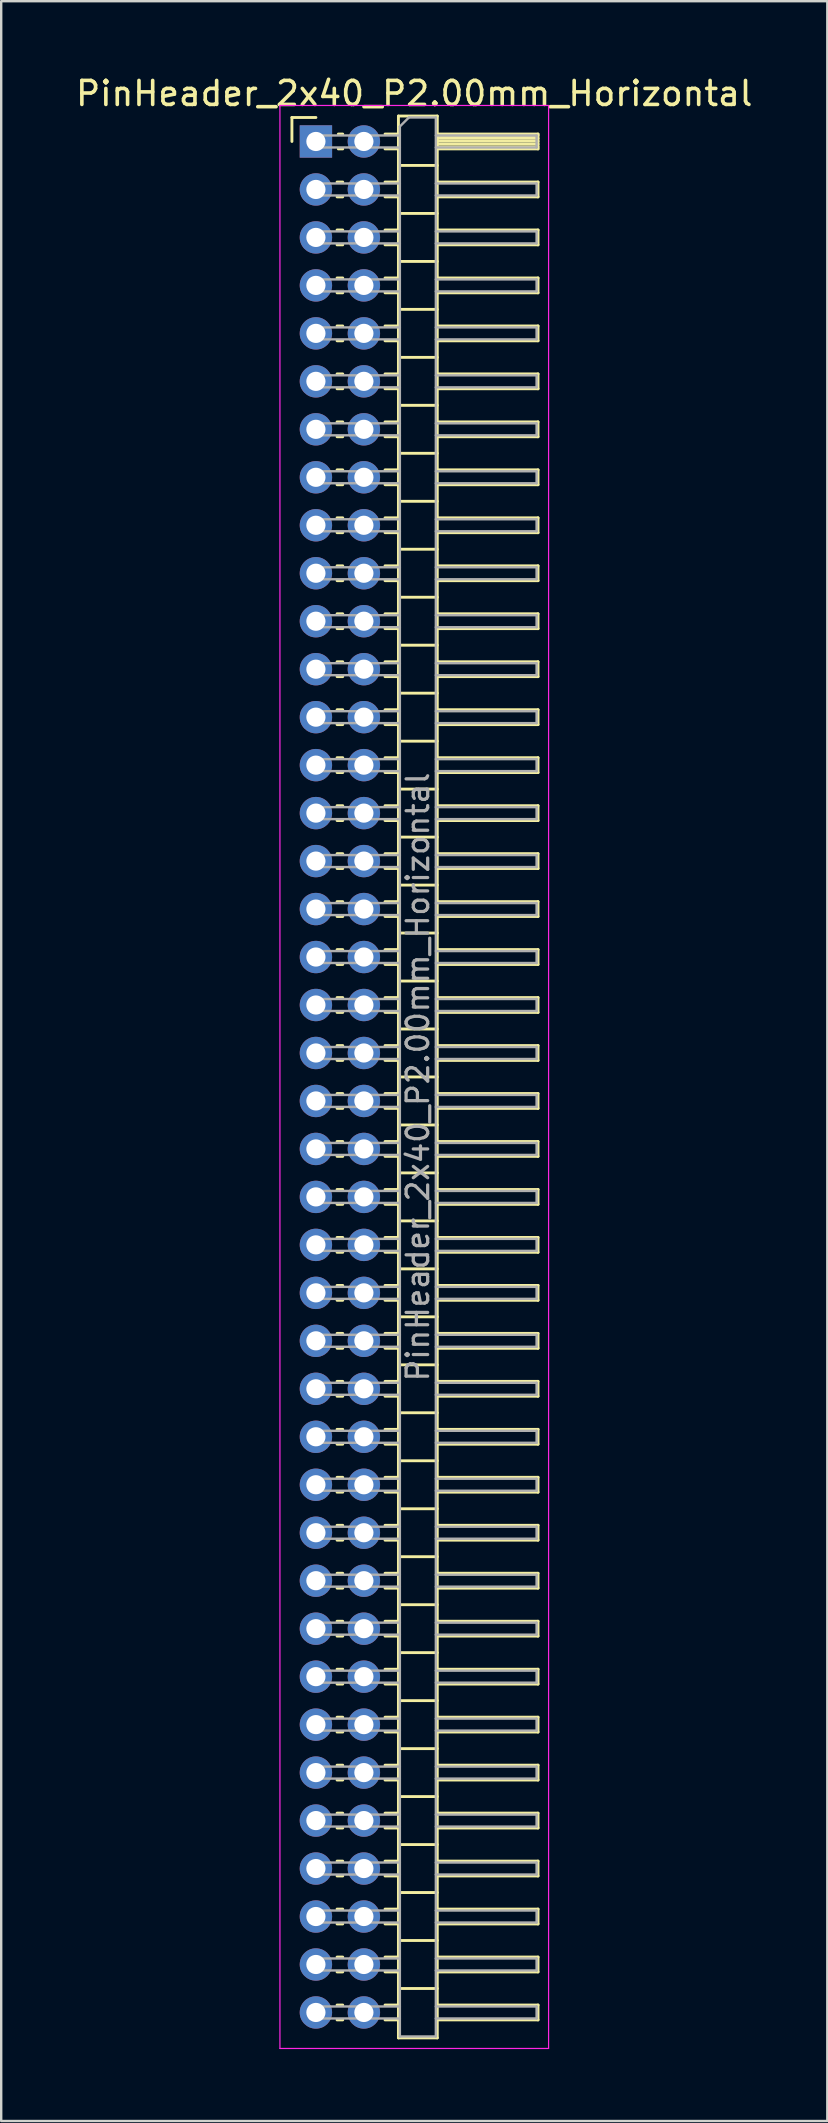
<source format=kicad_pcb>
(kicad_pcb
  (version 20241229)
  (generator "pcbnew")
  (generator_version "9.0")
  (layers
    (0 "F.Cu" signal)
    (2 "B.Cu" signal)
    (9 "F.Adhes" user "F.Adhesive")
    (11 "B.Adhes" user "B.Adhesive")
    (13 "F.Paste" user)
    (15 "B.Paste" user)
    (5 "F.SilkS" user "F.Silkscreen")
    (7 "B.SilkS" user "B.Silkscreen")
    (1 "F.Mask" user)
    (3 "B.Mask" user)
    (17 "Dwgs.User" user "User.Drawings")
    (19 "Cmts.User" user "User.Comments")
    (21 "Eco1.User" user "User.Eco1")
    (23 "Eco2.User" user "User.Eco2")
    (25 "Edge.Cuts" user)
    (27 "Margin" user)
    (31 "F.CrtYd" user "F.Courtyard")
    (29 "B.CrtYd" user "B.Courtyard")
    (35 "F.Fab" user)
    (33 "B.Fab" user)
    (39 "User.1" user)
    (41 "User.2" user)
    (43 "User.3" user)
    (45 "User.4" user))
  (footprint "PinHeader_2x40_P2.00mm_Horizontal"
    (layer "F.Cu")
    (at 10.12 2.848)
    (property "Reference" "PinHeader_2x40_P2.00mm_Horizontal" (at 4.1 -2 0) (layer "F.SilkS") (effects (font (size 1 1) (thickness 0.15))))
    (attr through_hole)
    (fp_line (start -1 -1) (end 0 -1) (stroke (width 0.12) (type solid)) (layer "F.SilkS"))
    (fp_line (start -1 0) (end -1 -1) (stroke (width 0.12) (type solid)) (layer "F.SilkS"))
    (fp_line (start 0.882 1.69) (end 1.118 1.69) (stroke (width 0.12) (type solid)) (layer "F.SilkS"))
    (fp_line (start 0.882 2.31) (end 1.118 2.31) (stroke (width 0.12) (type solid)) (layer "F.SilkS"))
    (fp_line (start 0.882 3.69) (end 1.118 3.69) (stroke (width 0.12) (type solid)) (layer "F.SilkS"))
    (fp_line (start 0.882 4.31) (end 1.118 4.31) (stroke (width 0.12) (type solid)) (layer "F.SilkS"))
    (fp_line (start 0.882 5.69) (end 1.118 5.69) (stroke (width 0.12) (type solid)) (layer "F.SilkS"))
    (fp_line (start 0.882 6.31) (end 1.118 6.31) (stroke (width 0.12) (type solid)) (layer "F.SilkS"))
    (fp_line (start 0.882 7.69) (end 1.118 7.69) (stroke (width 0.12) (type solid)) (layer "F.SilkS"))
    (fp_line (start 0.882 8.31) (end 1.118 8.31) (stroke (width 0.12) (type solid)) (layer "F.SilkS"))
    (fp_line (start 0.882 9.69) (end 1.118 9.69) (stroke (width 0.12) (type solid)) (layer "F.SilkS"))
    (fp_line (start 0.882 10.31) (end 1.118 10.31) (stroke (width 0.12) (type solid)) (layer "F.SilkS"))
    (fp_line (start 0.882 11.69) (end 1.118 11.69) (stroke (width 0.12) (type solid)) (layer "F.SilkS"))
    (fp_line (start 0.882 12.31) (end 1.118 12.31) (stroke (width 0.12) (type solid)) (layer "F.SilkS"))
    (fp_line (start 0.882 13.69) (end 1.118 13.69) (stroke (width 0.12) (type solid)) (layer "F.SilkS"))
    (fp_line (start 0.882 14.31) (end 1.118 14.31) (stroke (width 0.12) (type solid)) (layer "F.SilkS"))
    (fp_line (start 0.882 15.69) (end 1.118 15.69) (stroke (width 0.12) (type solid)) (layer "F.SilkS"))
    (fp_line (start 0.882 16.31) (end 1.118 16.31) (stroke (width 0.12) (type solid)) (layer "F.SilkS"))
    (fp_line (start 0.882 17.69) (end 1.118 17.69) (stroke (width 0.12) (type solid)) (layer "F.SilkS"))
    (fp_line (start 0.882 18.31) (end 1.118 18.31) (stroke (width 0.12) (type solid)) (layer "F.SilkS"))
    (fp_line (start 0.882 19.69) (end 1.118 19.69) (stroke (width 0.12) (type solid)) (layer "F.SilkS"))
    (fp_line (start 0.882 20.31) (end 1.118 20.31) (stroke (width 0.12) (type solid)) (layer "F.SilkS"))
    (fp_line (start 0.882 21.69) (end 1.118 21.69) (stroke (width 0.12) (type solid)) (layer "F.SilkS"))
    (fp_line (start 0.882 22.31) (end 1.118 22.31) (stroke (width 0.12) (type solid)) (layer "F.SilkS"))
    (fp_line (start 0.882 23.69) (end 1.118 23.69) (stroke (width 0.12) (type solid)) (layer "F.SilkS"))
    (fp_line (start 0.882 24.31) (end 1.118 24.31) (stroke (width 0.12) (type solid)) (layer "F.SilkS"))
    (fp_line (start 0.882 25.69) (end 1.118 25.69) (stroke (width 0.12) (type solid)) (layer "F.SilkS"))
    (fp_line (start 0.882 26.31) (end 1.118 26.31) (stroke (width 0.12) (type solid)) (layer "F.SilkS"))
    (fp_line (start 0.882 27.69) (end 1.118 27.69) (stroke (width 0.12) (type solid)) (layer "F.SilkS"))
    (fp_line (start 0.882 28.31) (end 1.118 28.31) (stroke (width 0.12) (type solid)) (layer "F.SilkS"))
    (fp_line (start 0.882 29.69) (end 1.118 29.69) (stroke (width 0.12) (type solid)) (layer "F.SilkS"))
    (fp_line (start 0.882 30.31) (end 1.118 30.31) (stroke (width 0.12) (type solid)) (layer "F.SilkS"))
    (fp_line (start 0.882 31.69) (end 1.118 31.69) (stroke (width 0.12) (type solid)) (layer "F.SilkS"))
    (fp_line (start 0.882 32.31) (end 1.118 32.31) (stroke (width 0.12) (type solid)) (layer "F.SilkS"))
    (fp_line (start 0.882 33.69) (end 1.118 33.69) (stroke (width 0.12) (type solid)) (layer "F.SilkS"))
    (fp_line (start 0.882 34.31) (end 1.118 34.31) (stroke (width 0.12) (type solid)) (layer "F.SilkS"))
    (fp_line (start 0.882 35.69) (end 1.118 35.69) (stroke (width 0.12) (type solid)) (layer "F.SilkS"))
    (fp_line (start 0.882 36.31) (end 1.118 36.31) (stroke (width 0.12) (type solid)) (layer "F.SilkS"))
    (fp_line (start 0.882 37.69) (end 1.118 37.69) (stroke (width 0.12) (type solid)) (layer "F.SilkS"))
    (fp_line (start 0.882 38.31) (end 1.118 38.31) (stroke (width 0.12) (type solid)) (layer "F.SilkS"))
    (fp_line (start 0.882 39.69) (end 1.118 39.69) (stroke (width 0.12) (type solid)) (layer "F.SilkS"))
    (fp_line (start 0.882 40.31) (end 1.118 40.31) (stroke (width 0.12) (type solid)) (layer "F.SilkS"))
    (fp_line (start 0.882 41.69) (end 1.118 41.69) (stroke (width 0.12) (type solid)) (layer "F.SilkS"))
    (fp_line (start 0.882 42.31) (end 1.118 42.31) (stroke (width 0.12) (type solid)) (layer "F.SilkS"))
    (fp_line (start 0.882 43.69) (end 1.118 43.69) (stroke (width 0.12) (type solid)) (layer "F.SilkS"))
    (fp_line (start 0.882 44.31) (end 1.118 44.31) (stroke (width 0.12) (type solid)) (layer "F.SilkS"))
    (fp_line (start 0.882 45.69) (end 1.118 45.69) (stroke (width 0.12) (type solid)) (layer "F.SilkS"))
    (fp_line (start 0.882 46.31) (end 1.118 46.31) (stroke (width 0.12) (type solid)) (layer "F.SilkS"))
    (fp_line (start 0.882 47.69) (end 1.118 47.69) (stroke (width 0.12) (type solid)) (layer "F.SilkS"))
    (fp_line (start 0.882 48.31) (end 1.118 48.31) (stroke (width 0.12) (type solid)) (layer "F.SilkS"))
    (fp_line (start 0.882 49.69) (end 1.118 49.69) (stroke (width 0.12) (type solid)) (layer "F.SilkS"))
    (fp_line (start 0.882 50.31) (end 1.118 50.31) (stroke (width 0.12) (type solid)) (layer "F.SilkS"))
    (fp_line (start 0.882 51.69) (end 1.118 51.69) (stroke (width 0.12) (type solid)) (layer "F.SilkS"))
    (fp_line (start 0.882 52.31) (end 1.118 52.31) (stroke (width 0.12) (type solid)) (layer "F.SilkS"))
    (fp_line (start 0.882 53.69) (end 1.118 53.69) (stroke (width 0.12) (type solid)) (layer "F.SilkS"))
    (fp_line (start 0.882 54.31) (end 1.118 54.31) (stroke (width 0.12) (type solid)) (layer "F.SilkS"))
    (fp_line (start 0.882 55.69) (end 1.118 55.69) (stroke (width 0.12) (type solid)) (layer "F.SilkS"))
    (fp_line (start 0.882 56.31) (end 1.118 56.31) (stroke (width 0.12) (type solid)) (layer "F.SilkS"))
    (fp_line (start 0.882 57.69) (end 1.118 57.69) (stroke (width 0.12) (type solid)) (layer "F.SilkS"))
    (fp_line (start 0.882 58.31) (end 1.118 58.31) (stroke (width 0.12) (type solid)) (layer "F.SilkS"))
    (fp_line (start 0.882 59.69) (end 1.118 59.69) (stroke (width 0.12) (type solid)) (layer "F.SilkS"))
    (fp_line (start 0.882 60.31) (end 1.118 60.31) (stroke (width 0.12) (type solid)) (layer "F.SilkS"))
    (fp_line (start 0.882 61.69) (end 1.118 61.69) (stroke (width 0.12) (type solid)) (layer "F.SilkS"))
    (fp_line (start 0.882 62.31) (end 1.118 62.31) (stroke (width 0.12) (type solid)) (layer "F.SilkS"))
    (fp_line (start 0.882 63.69) (end 1.118 63.69) (stroke (width 0.12) (type solid)) (layer "F.SilkS"))
    (fp_line (start 0.882 64.31) (end 1.118 64.31) (stroke (width 0.12) (type solid)) (layer "F.SilkS"))
    (fp_line (start 0.882 65.69) (end 1.118 65.69) (stroke (width 0.12) (type solid)) (layer "F.SilkS"))
    (fp_line (start 0.882 66.31) (end 1.118 66.31) (stroke (width 0.12) (type solid)) (layer "F.SilkS"))
    (fp_line (start 0.882 67.69) (end 1.118 67.69) (stroke (width 0.12) (type solid)) (layer "F.SilkS"))
    (fp_line (start 0.882 68.31) (end 1.118 68.31) (stroke (width 0.12) (type solid)) (layer "F.SilkS"))
    (fp_line (start 0.882 69.69) (end 1.118 69.69) (stroke (width 0.12) (type solid)) (layer "F.SilkS"))
    (fp_line (start 0.882 70.31) (end 1.118 70.31) (stroke (width 0.12) (type solid)) (layer "F.SilkS"))
    (fp_line (start 0.882 71.69) (end 1.118 71.69) (stroke (width 0.12) (type solid)) (layer "F.SilkS"))
    (fp_line (start 0.882 72.31) (end 1.118 72.31) (stroke (width 0.12) (type solid)) (layer "F.SilkS"))
    (fp_line (start 0.882 73.69) (end 1.118 73.69) (stroke (width 0.12) (type solid)) (layer "F.SilkS"))
    (fp_line (start 0.882 74.31) (end 1.118 74.31) (stroke (width 0.12) (type solid)) (layer "F.SilkS"))
    (fp_line (start 0.882 75.69) (end 1.118 75.69) (stroke (width 0.12) (type solid)) (layer "F.SilkS"))
    (fp_line (start 0.882 76.31) (end 1.118 76.31) (stroke (width 0.12) (type solid)) (layer "F.SilkS"))
    (fp_line (start 0.882 77.69) (end 1.118 77.69) (stroke (width 0.12) (type solid)) (layer "F.SilkS"))
    (fp_line (start 0.882 78.31) (end 1.118 78.31) (stroke (width 0.12) (type solid)) (layer "F.SilkS"))
    (fp_line (start 0.935 -0.31) (end 1.118 -0.31) (stroke (width 0.12) (type solid)) (layer "F.SilkS"))
    (fp_line (start 0.935 0.31) (end 1.118 0.31) (stroke (width 0.12) (type solid)) (layer "F.SilkS"))
    (fp_line (start 2.882 -0.31) (end 3.44 -0.31) (stroke (width 0.12) (type solid)) (layer "F.SilkS"))
    (fp_line (start 2.882 0.31) (end 3.44 0.31) (stroke (width 0.12) (type solid)) (layer "F.SilkS"))
    (fp_line (start 2.882 1.69) (end 3.44 1.69) (stroke (width 0.12) (type solid)) (layer "F.SilkS"))
    (fp_line (start 2.882 2.31) (end 3.44 2.31) (stroke (width 0.12) (type solid)) (layer "F.SilkS"))
    (fp_line (start 2.882 3.69) (end 3.44 3.69) (stroke (width 0.12) (type solid)) (layer "F.SilkS"))
    (fp_line (start 2.882 4.31) (end 3.44 4.31) (stroke (width 0.12) (type solid)) (layer "F.SilkS"))
    (fp_line (start 2.882 5.69) (end 3.44 5.69) (stroke (width 0.12) (type solid)) (layer "F.SilkS"))
    (fp_line (start 2.882 6.31) (end 3.44 6.31) (stroke (width 0.12) (type solid)) (layer "F.SilkS"))
    (fp_line (start 2.882 7.69) (end 3.44 7.69) (stroke (width 0.12) (type solid)) (layer "F.SilkS"))
    (fp_line (start 2.882 8.31) (end 3.44 8.31) (stroke (width 0.12) (type solid)) (layer "F.SilkS"))
    (fp_line (start 2.882 9.69) (end 3.44 9.69) (stroke (width 0.12) (type solid)) (layer "F.SilkS"))
    (fp_line (start 2.882 10.31) (end 3.44 10.31) (stroke (width 0.12) (type solid)) (layer "F.SilkS"))
    (fp_line (start 2.882 11.69) (end 3.44 11.69) (stroke (width 0.12) (type solid)) (layer "F.SilkS"))
    (fp_line (start 2.882 12.31) (end 3.44 12.31) (stroke (width 0.12) (type solid)) (layer "F.SilkS"))
    (fp_line (start 2.882 13.69) (end 3.44 13.69) (stroke (width 0.12) (type solid)) (layer "F.SilkS"))
    (fp_line (start 2.882 14.31) (end 3.44 14.31) (stroke (width 0.12) (type solid)) (layer "F.SilkS"))
    (fp_line (start 2.882 15.69) (end 3.44 15.69) (stroke (width 0.12) (type solid)) (layer "F.SilkS"))
    (fp_line (start 2.882 16.31) (end 3.44 16.31) (stroke (width 0.12) (type solid)) (layer "F.SilkS"))
    (fp_line (start 2.882 17.69) (end 3.44 17.69) (stroke (width 0.12) (type solid)) (layer "F.SilkS"))
    (fp_line (start 2.882 18.31) (end 3.44 18.31) (stroke (width 0.12) (type solid)) (layer "F.SilkS"))
    (fp_line (start 2.882 19.69) (end 3.44 19.69) (stroke (width 0.12) (type solid)) (layer "F.SilkS"))
    (fp_line (start 2.882 20.31) (end 3.44 20.31) (stroke (width 0.12) (type solid)) (layer "F.SilkS"))
    (fp_line (start 2.882 21.69) (end 3.44 21.69) (stroke (width 0.12) (type solid)) (layer "F.SilkS"))
    (fp_line (start 2.882 22.31) (end 3.44 22.31) (stroke (width 0.12) (type solid)) (layer "F.SilkS"))
    (fp_line (start 2.882 23.69) (end 3.44 23.69) (stroke (width 0.12) (type solid)) (layer "F.SilkS"))
    (fp_line (start 2.882 24.31) (end 3.44 24.31) (stroke (width 0.12) (type solid)) (layer "F.SilkS"))
    (fp_line (start 2.882 25.69) (end 3.44 25.69) (stroke (width 0.12) (type solid)) (layer "F.SilkS"))
    (fp_line (start 2.882 26.31) (end 3.44 26.31) (stroke (width 0.12) (type solid)) (layer "F.SilkS"))
    (fp_line (start 2.882 27.69) (end 3.44 27.69) (stroke (width 0.12) (type solid)) (layer "F.SilkS"))
    (fp_line (start 2.882 28.31) (end 3.44 28.31) (stroke (width 0.12) (type solid)) (layer "F.SilkS"))
    (fp_line (start 2.882 29.69) (end 3.44 29.69) (stroke (width 0.12) (type solid)) (layer "F.SilkS"))
    (fp_line (start 2.882 30.31) (end 3.44 30.31) (stroke (width 0.12) (type solid)) (layer "F.SilkS"))
    (fp_line (start 2.882 31.69) (end 3.44 31.69) (stroke (width 0.12) (type solid)) (layer "F.SilkS"))
    (fp_line (start 2.882 32.31) (end 3.44 32.31) (stroke (width 0.12) (type solid)) (layer "F.SilkS"))
    (fp_line (start 2.882 33.69) (end 3.44 33.69) (stroke (width 0.12) (type solid)) (layer "F.SilkS"))
    (fp_line (start 2.882 34.31) (end 3.44 34.31) (stroke (width 0.12) (type solid)) (layer "F.SilkS"))
    (fp_line (start 2.882 35.69) (end 3.44 35.69) (stroke (width 0.12) (type solid)) (layer "F.SilkS"))
    (fp_line (start 2.882 36.31) (end 3.44 36.31) (stroke (width 0.12) (type solid)) (layer "F.SilkS"))
    (fp_line (start 2.882 37.69) (end 3.44 37.69) (stroke (width 0.12) (type solid)) (layer "F.SilkS"))
    (fp_line (start 2.882 38.31) (end 3.44 38.31) (stroke (width 0.12) (type solid)) (layer "F.SilkS"))
    (fp_line (start 2.882 39.69) (end 3.44 39.69) (stroke (width 0.12) (type solid)) (layer "F.SilkS"))
    (fp_line (start 2.882 40.31) (end 3.44 40.31) (stroke (width 0.12) (type solid)) (layer "F.SilkS"))
    (fp_line (start 2.882 41.69) (end 3.44 41.69) (stroke (width 0.12) (type solid)) (layer "F.SilkS"))
    (fp_line (start 2.882 42.31) (end 3.44 42.31) (stroke (width 0.12) (type solid)) (layer "F.SilkS"))
    (fp_line (start 2.882 43.69) (end 3.44 43.69) (stroke (width 0.12) (type solid)) (layer "F.SilkS"))
    (fp_line (start 2.882 44.31) (end 3.44 44.31) (stroke (width 0.12) (type solid)) (layer "F.SilkS"))
    (fp_line (start 2.882 45.69) (end 3.44 45.69) (stroke (width 0.12) (type solid)) (layer "F.SilkS"))
    (fp_line (start 2.882 46.31) (end 3.44 46.31) (stroke (width 0.12) (type solid)) (layer "F.SilkS"))
    (fp_line (start 2.882 47.69) (end 3.44 47.69) (stroke (width 0.12) (type solid)) (layer "F.SilkS"))
    (fp_line (start 2.882 48.31) (end 3.44 48.31) (stroke (width 0.12) (type solid)) (layer "F.SilkS"))
    (fp_line (start 2.882 49.69) (end 3.44 49.69) (stroke (width 0.12) (type solid)) (layer "F.SilkS"))
    (fp_line (start 2.882 50.31) (end 3.44 50.31) (stroke (width 0.12) (type solid)) (layer "F.SilkS"))
    (fp_line (start 2.882 51.69) (end 3.44 51.69) (stroke (width 0.12) (type solid)) (layer "F.SilkS"))
    (fp_line (start 2.882 52.31) (end 3.44 52.31) (stroke (width 0.12) (type solid)) (layer "F.SilkS"))
    (fp_line (start 2.882 53.69) (end 3.44 53.69) (stroke (width 0.12) (type solid)) (layer "F.SilkS"))
    (fp_line (start 2.882 54.31) (end 3.44 54.31) (stroke (width 0.12) (type solid)) (layer "F.SilkS"))
    (fp_line (start 2.882 55.69) (end 3.44 55.69) (stroke (width 0.12) (type solid)) (layer "F.SilkS"))
    (fp_line (start 2.882 56.31) (end 3.44 56.31) (stroke (width 0.12) (type solid)) (layer "F.SilkS"))
    (fp_line (start 2.882 57.69) (end 3.44 57.69) (stroke (width 0.12) (type solid)) (layer "F.SilkS"))
    (fp_line (start 2.882 58.31) (end 3.44 58.31) (stroke (width 0.12) (type solid)) (layer "F.SilkS"))
    (fp_line (start 2.882 59.69) (end 3.44 59.69) (stroke (width 0.12) (type solid)) (layer "F.SilkS"))
    (fp_line (start 2.882 60.31) (end 3.44 60.31) (stroke (width 0.12) (type solid)) (layer "F.SilkS"))
    (fp_line (start 2.882 61.69) (end 3.44 61.69) (stroke (width 0.12) (type solid)) (layer "F.SilkS"))
    (fp_line (start 2.882 62.31) (end 3.44 62.31) (stroke (width 0.12) (type solid)) (layer "F.SilkS"))
    (fp_line (start 2.882 63.69) (end 3.44 63.69) (stroke (width 0.12) (type solid)) (layer "F.SilkS"))
    (fp_line (start 2.882 64.31) (end 3.44 64.31) (stroke (width 0.12) (type solid)) (layer "F.SilkS"))
    (fp_line (start 2.882 65.69) (end 3.44 65.69) (stroke (width 0.12) (type solid)) (layer "F.SilkS"))
    (fp_line (start 2.882 66.31) (end 3.44 66.31) (stroke (width 0.12) (type solid)) (layer "F.SilkS"))
    (fp_line (start 2.882 67.69) (end 3.44 67.69) (stroke (width 0.12) (type solid)) (layer "F.SilkS"))
    (fp_line (start 2.882 68.31) (end 3.44 68.31) (stroke (width 0.12) (type solid)) (layer "F.SilkS"))
    (fp_line (start 2.882 69.69) (end 3.44 69.69) (stroke (width 0.12) (type solid)) (layer "F.SilkS"))
    (fp_line (start 2.882 70.31) (end 3.44 70.31) (stroke (width 0.12) (type solid)) (layer "F.SilkS"))
    (fp_line (start 2.882 71.69) (end 3.44 71.69) (stroke (width 0.12) (type solid)) (layer "F.SilkS"))
    (fp_line (start 2.882 72.31) (end 3.44 72.31) (stroke (width 0.12) (type solid)) (layer "F.SilkS"))
    (fp_line (start 2.882 73.69) (end 3.44 73.69) (stroke (width 0.12) (type solid)) (layer "F.SilkS"))
    (fp_line (start 2.882 74.31) (end 3.44 74.31) (stroke (width 0.12) (type solid)) (layer "F.SilkS"))
    (fp_line (start 2.882 75.69) (end 3.44 75.69) (stroke (width 0.12) (type solid)) (layer "F.SilkS"))
    (fp_line (start 2.882 76.31) (end 3.44 76.31) (stroke (width 0.12) (type solid)) (layer "F.SilkS"))
    (fp_line (start 2.882 77.69) (end 3.44 77.69) (stroke (width 0.12) (type solid)) (layer "F.SilkS"))
    (fp_line (start 2.882 78.31) (end 3.44 78.31) (stroke (width 0.12) (type solid)) (layer "F.SilkS"))
    (fp_line (start 3.44 -1.06) (end 3.44 79.06) (stroke (width 0.12) (type solid)) (layer "F.SilkS"))
    (fp_line (start 3.44 1) (end 5.06 1) (stroke (width 0.12) (type solid)) (layer "F.SilkS"))
    (fp_line (start 3.44 3) (end 5.06 3) (stroke (width 0.12) (type solid)) (layer "F.SilkS"))
    (fp_line (start 3.44 5) (end 5.06 5) (stroke (width 0.12) (type solid)) (layer "F.SilkS"))
    (fp_line (start 3.44 7) (end 5.06 7) (stroke (width 0.12) (type solid)) (layer "F.SilkS"))
    (fp_line (start 3.44 9) (end 5.06 9) (stroke (width 0.12) (type solid)) (layer "F.SilkS"))
    (fp_line (start 3.44 11) (end 5.06 11) (stroke (width 0.12) (type solid)) (layer "F.SilkS"))
    (fp_line (start 3.44 13) (end 5.06 13) (stroke (width 0.12) (type solid)) (layer "F.SilkS"))
    (fp_line (start 3.44 15) (end 5.06 15) (stroke (width 0.12) (type solid)) (layer "F.SilkS"))
    (fp_line (start 3.44 17) (end 5.06 17) (stroke (width 0.12) (type solid)) (layer "F.SilkS"))
    (fp_line (start 3.44 19) (end 5.06 19) (stroke (width 0.12) (type solid)) (layer "F.SilkS"))
    (fp_line (start 3.44 21) (end 5.06 21) (stroke (width 0.12) (type solid)) (layer "F.SilkS"))
    (fp_line (start 3.44 23) (end 5.06 23) (stroke (width 0.12) (type solid)) (layer "F.SilkS"))
    (fp_line (start 3.44 25) (end 5.06 25) (stroke (width 0.12) (type solid)) (layer "F.SilkS"))
    (fp_line (start 3.44 27) (end 5.06 27) (stroke (width 0.12) (type solid)) (layer "F.SilkS"))
    (fp_line (start 3.44 29) (end 5.06 29) (stroke (width 0.12) (type solid)) (layer "F.SilkS"))
    (fp_line (start 3.44 31) (end 5.06 31) (stroke (width 0.12) (type solid)) (layer "F.SilkS"))
    (fp_line (start 3.44 33) (end 5.06 33) (stroke (width 0.12) (type solid)) (layer "F.SilkS"))
    (fp_line (start 3.44 35) (end 5.06 35) (stroke (width 0.12) (type solid)) (layer "F.SilkS"))
    (fp_line (start 3.44 37) (end 5.06 37) (stroke (width 0.12) (type solid)) (layer "F.SilkS"))
    (fp_line (start 3.44 39) (end 5.06 39) (stroke (width 0.12) (type solid)) (layer "F.SilkS"))
    (fp_line (start 3.44 41) (end 5.06 41) (stroke (width 0.12) (type solid)) (layer "F.SilkS"))
    (fp_line (start 3.44 43) (end 5.06 43) (stroke (width 0.12) (type solid)) (layer "F.SilkS"))
    (fp_line (start 3.44 45) (end 5.06 45) (stroke (width 0.12) (type solid)) (layer "F.SilkS"))
    (fp_line (start 3.44 47) (end 5.06 47) (stroke (width 0.12) (type solid)) (layer "F.SilkS"))
    (fp_line (start 3.44 49) (end 5.06 49) (stroke (width 0.12) (type solid)) (layer "F.SilkS"))
    (fp_line (start 3.44 51) (end 5.06 51) (stroke (width 0.12) (type solid)) (layer "F.SilkS"))
    (fp_line (start 3.44 53) (end 5.06 53) (stroke (width 0.12) (type solid)) (layer "F.SilkS"))
    (fp_line (start 3.44 55) (end 5.06 55) (stroke (width 0.12) (type solid)) (layer "F.SilkS"))
    (fp_line (start 3.44 57) (end 5.06 57) (stroke (width 0.12) (type solid)) (layer "F.SilkS"))
    (fp_line (start 3.44 59) (end 5.06 59) (stroke (width 0.12) (type solid)) (layer "F.SilkS"))
    (fp_line (start 3.44 61) (end 5.06 61) (stroke (width 0.12) (type solid)) (layer "F.SilkS"))
    (fp_line (start 3.44 63) (end 5.06 63) (stroke (width 0.12) (type solid)) (layer "F.SilkS"))
    (fp_line (start 3.44 65) (end 5.06 65) (stroke (width 0.12) (type solid)) (layer "F.SilkS"))
    (fp_line (start 3.44 67) (end 5.06 67) (stroke (width 0.12) (type solid)) (layer "F.SilkS"))
    (fp_line (start 3.44 69) (end 5.06 69) (stroke (width 0.12) (type solid)) (layer "F.SilkS"))
    (fp_line (start 3.44 71) (end 5.06 71) (stroke (width 0.12) (type solid)) (layer "F.SilkS"))
    (fp_line (start 3.44 73) (end 5.06 73) (stroke (width 0.12) (type solid)) (layer "F.SilkS"))
    (fp_line (start 3.44 75) (end 5.06 75) (stroke (width 0.12) (type solid)) (layer "F.SilkS"))
    (fp_line (start 3.44 77) (end 5.06 77) (stroke (width 0.12) (type solid)) (layer "F.SilkS"))
    (fp_line (start 3.44 79.06) (end 5.06 79.06) (stroke (width 0.12) (type solid)) (layer "F.SilkS"))
    (fp_line (start 5.06 -1.06) (end 3.44 -1.06) (stroke (width 0.12) (type solid)) (layer "F.SilkS"))
    (fp_line (start 5.06 -0.31) (end 9.26 -0.31) (stroke (width 0.12) (type solid)) (layer "F.SilkS"))
    (fp_line (start 5.06 -0.25) (end 9.26 -0.25) (stroke (width 0.12) (type solid)) (layer "F.SilkS"))
    (fp_line (start 5.06 -0.13) (end 9.26 -0.13) (stroke (width 0.12) (type solid)) (layer "F.SilkS"))
    (fp_line (start 5.06 -0.01) (end 9.26 -0.01) (stroke (width 0.12) (type solid)) (layer "F.SilkS"))
    (fp_line (start 5.06 0.11) (end 9.26 0.11) (stroke (width 0.12) (type solid)) (layer "F.SilkS"))
    (fp_line (start 5.06 0.23) (end 9.26 0.23) (stroke (width 0.12) (type solid)) (layer "F.SilkS"))
    (fp_line (start 5.06 1.69) (end 9.26 1.69) (stroke (width 0.12) (type solid)) (layer "F.SilkS"))
    (fp_line (start 5.06 3.69) (end 9.26 3.69) (stroke (width 0.12) (type solid)) (layer "F.SilkS"))
    (fp_line (start 5.06 5.69) (end 9.26 5.69) (stroke (width 0.12) (type solid)) (layer "F.SilkS"))
    (fp_line (start 5.06 7.69) (end 9.26 7.69) (stroke (width 0.12) (type solid)) (layer "F.SilkS"))
    (fp_line (start 5.06 9.69) (end 9.26 9.69) (stroke (width 0.12) (type solid)) (layer "F.SilkS"))
    (fp_line (start 5.06 11.69) (end 9.26 11.69) (stroke (width 0.12) (type solid)) (layer "F.SilkS"))
    (fp_line (start 5.06 13.69) (end 9.26 13.69) (stroke (width 0.12) (type solid)) (layer "F.SilkS"))
    (fp_line (start 5.06 15.69) (end 9.26 15.69) (stroke (width 0.12) (type solid)) (layer "F.SilkS"))
    (fp_line (start 5.06 17.69) (end 9.26 17.69) (stroke (width 0.12) (type solid)) (layer "F.SilkS"))
    (fp_line (start 5.06 19.69) (end 9.26 19.69) (stroke (width 0.12) (type solid)) (layer "F.SilkS"))
    (fp_line (start 5.06 21.69) (end 9.26 21.69) (stroke (width 0.12) (type solid)) (layer "F.SilkS"))
    (fp_line (start 5.06 23.69) (end 9.26 23.69) (stroke (width 0.12) (type solid)) (layer "F.SilkS"))
    (fp_line (start 5.06 25.69) (end 9.26 25.69) (stroke (width 0.12) (type solid)) (layer "F.SilkS"))
    (fp_line (start 5.06 27.69) (end 9.26 27.69) (stroke (width 0.12) (type solid)) (layer "F.SilkS"))
    (fp_line (start 5.06 29.69) (end 9.26 29.69) (stroke (width 0.12) (type solid)) (layer "F.SilkS"))
    (fp_line (start 5.06 31.69) (end 9.26 31.69) (stroke (width 0.12) (type solid)) (layer "F.SilkS"))
    (fp_line (start 5.06 33.69) (end 9.26 33.69) (stroke (width 0.12) (type solid)) (layer "F.SilkS"))
    (fp_line (start 5.06 35.69) (end 9.26 35.69) (stroke (width 0.12) (type solid)) (layer "F.SilkS"))
    (fp_line (start 5.06 37.69) (end 9.26 37.69) (stroke (width 0.12) (type solid)) (layer "F.SilkS"))
    (fp_line (start 5.06 39.69) (end 9.26 39.69) (stroke (width 0.12) (type solid)) (layer "F.SilkS"))
    (fp_line (start 5.06 41.69) (end 9.26 41.69) (stroke (width 0.12) (type solid)) (layer "F.SilkS"))
    (fp_line (start 5.06 43.69) (end 9.26 43.69) (stroke (width 0.12) (type solid)) (layer "F.SilkS"))
    (fp_line (start 5.06 45.69) (end 9.26 45.69) (stroke (width 0.12) (type solid)) (layer "F.SilkS"))
    (fp_line (start 5.06 47.69) (end 9.26 47.69) (stroke (width 0.12) (type solid)) (layer "F.SilkS"))
    (fp_line (start 5.06 49.69) (end 9.26 49.69) (stroke (width 0.12) (type solid)) (layer "F.SilkS"))
    (fp_line (start 5.06 51.69) (end 9.26 51.69) (stroke (width 0.12) (type solid)) (layer "F.SilkS"))
    (fp_line (start 5.06 53.69) (end 9.26 53.69) (stroke (width 0.12) (type solid)) (layer "F.SilkS"))
    (fp_line (start 5.06 55.69) (end 9.26 55.69) (stroke (width 0.12) (type solid)) (layer "F.SilkS"))
    (fp_line (start 5.06 57.69) (end 9.26 57.69) (stroke (width 0.12) (type solid)) (layer "F.SilkS"))
    (fp_line (start 5.06 59.69) (end 9.26 59.69) (stroke (width 0.12) (type solid)) (layer "F.SilkS"))
    (fp_line (start 5.06 61.69) (end 9.26 61.69) (stroke (width 0.12) (type solid)) (layer "F.SilkS"))
    (fp_line (start 5.06 63.69) (end 9.26 63.69) (stroke (width 0.12) (type solid)) (layer "F.SilkS"))
    (fp_line (start 5.06 65.69) (end 9.26 65.69) (stroke (width 0.12) (type solid)) (layer "F.SilkS"))
    (fp_line (start 5.06 67.69) (end 9.26 67.69) (stroke (width 0.12) (type solid)) (layer "F.SilkS"))
    (fp_line (start 5.06 69.69) (end 9.26 69.69) (stroke (width 0.12) (type solid)) (layer "F.SilkS"))
    (fp_line (start 5.06 71.69) (end 9.26 71.69) (stroke (width 0.12) (type solid)) (layer "F.SilkS"))
    (fp_line (start 5.06 73.69) (end 9.26 73.69) (stroke (width 0.12) (type solid)) (layer "F.SilkS"))
    (fp_line (start 5.06 75.69) (end 9.26 75.69) (stroke (width 0.12) (type solid)) (layer "F.SilkS"))
    (fp_line (start 5.06 77.69) (end 9.26 77.69) (stroke (width 0.12) (type solid)) (layer "F.SilkS"))
    (fp_line (start 5.06 79.06) (end 5.06 -1.06) (stroke (width 0.12) (type solid)) (layer "F.SilkS"))
    (fp_line (start 9.26 -0.31) (end 9.26 0.31) (stroke (width 0.12) (type solid)) (layer "F.SilkS"))
    (fp_line (start 9.26 0.31) (end 5.06 0.31) (stroke (width 0.12) (type solid)) (layer "F.SilkS"))
    (fp_line (start 9.26 1.69) (end 9.26 2.31) (stroke (width 0.12) (type solid)) (layer "F.SilkS"))
    (fp_line (start 9.26 2.31) (end 5.06 2.31) (stroke (width 0.12) (type solid)) (layer "F.SilkS"))
    (fp_line (start 9.26 3.69) (end 9.26 4.31) (stroke (width 0.12) (type solid)) (layer "F.SilkS"))
    (fp_line (start 9.26 4.31) (end 5.06 4.31) (stroke (width 0.12) (type solid)) (layer "F.SilkS"))
    (fp_line (start 9.26 5.69) (end 9.26 6.31) (stroke (width 0.12) (type solid)) (layer "F.SilkS"))
    (fp_line (start 9.26 6.31) (end 5.06 6.31) (stroke (width 0.12) (type solid)) (layer "F.SilkS"))
    (fp_line (start 9.26 7.69) (end 9.26 8.31) (stroke (width 0.12) (type solid)) (layer "F.SilkS"))
    (fp_line (start 9.26 8.31) (end 5.06 8.31) (stroke (width 0.12) (type solid)) (layer "F.SilkS"))
    (fp_line (start 9.26 9.69) (end 9.26 10.31) (stroke (width 0.12) (type solid)) (layer "F.SilkS"))
    (fp_line (start 9.26 10.31) (end 5.06 10.31) (stroke (width 0.12) (type solid)) (layer "F.SilkS"))
    (fp_line (start 9.26 11.69) (end 9.26 12.31) (stroke (width 0.12) (type solid)) (layer "F.SilkS"))
    (fp_line (start 9.26 12.31) (end 5.06 12.31) (stroke (width 0.12) (type solid)) (layer "F.SilkS"))
    (fp_line (start 9.26 13.69) (end 9.26 14.31) (stroke (width 0.12) (type solid)) (layer "F.SilkS"))
    (fp_line (start 9.26 14.31) (end 5.06 14.31) (stroke (width 0.12) (type solid)) (layer "F.SilkS"))
    (fp_line (start 9.26 15.69) (end 9.26 16.31) (stroke (width 0.12) (type solid)) (layer "F.SilkS"))
    (fp_line (start 9.26 16.31) (end 5.06 16.31) (stroke (width 0.12) (type solid)) (layer "F.SilkS"))
    (fp_line (start 9.26 17.69) (end 9.26 18.31) (stroke (width 0.12) (type solid)) (layer "F.SilkS"))
    (fp_line (start 9.26 18.31) (end 5.06 18.31) (stroke (width 0.12) (type solid)) (layer "F.SilkS"))
    (fp_line (start 9.26 19.69) (end 9.26 20.31) (stroke (width 0.12) (type solid)) (layer "F.SilkS"))
    (fp_line (start 9.26 20.31) (end 5.06 20.31) (stroke (width 0.12) (type solid)) (layer "F.SilkS"))
    (fp_line (start 9.26 21.69) (end 9.26 22.31) (stroke (width 0.12) (type solid)) (layer "F.SilkS"))
    (fp_line (start 9.26 22.31) (end 5.06 22.31) (stroke (width 0.12) (type solid)) (layer "F.SilkS"))
    (fp_line (start 9.26 23.69) (end 9.26 24.31) (stroke (width 0.12) (type solid)) (layer "F.SilkS"))
    (fp_line (start 9.26 24.31) (end 5.06 24.31) (stroke (width 0.12) (type solid)) (layer "F.SilkS"))
    (fp_line (start 9.26 25.69) (end 9.26 26.31) (stroke (width 0.12) (type solid)) (layer "F.SilkS"))
    (fp_line (start 9.26 26.31) (end 5.06 26.31) (stroke (width 0.12) (type solid)) (layer "F.SilkS"))
    (fp_line (start 9.26 27.69) (end 9.26 28.31) (stroke (width 0.12) (type solid)) (layer "F.SilkS"))
    (fp_line (start 9.26 28.31) (end 5.06 28.31) (stroke (width 0.12) (type solid)) (layer "F.SilkS"))
    (fp_line (start 9.26 29.69) (end 9.26 30.31) (stroke (width 0.12) (type solid)) (layer "F.SilkS"))
    (fp_line (start 9.26 30.31) (end 5.06 30.31) (stroke (width 0.12) (type solid)) (layer "F.SilkS"))
    (fp_line (start 9.26 31.69) (end 9.26 32.31) (stroke (width 0.12) (type solid)) (layer "F.SilkS"))
    (fp_line (start 9.26 32.31) (end 5.06 32.31) (stroke (width 0.12) (type solid)) (layer "F.SilkS"))
    (fp_line (start 9.26 33.69) (end 9.26 34.31) (stroke (width 0.12) (type solid)) (layer "F.SilkS"))
    (fp_line (start 9.26 34.31) (end 5.06 34.31) (stroke (width 0.12) (type solid)) (layer "F.SilkS"))
    (fp_line (start 9.26 35.69) (end 9.26 36.31) (stroke (width 0.12) (type solid)) (layer "F.SilkS"))
    (fp_line (start 9.26 36.31) (end 5.06 36.31) (stroke (width 0.12) (type solid)) (layer "F.SilkS"))
    (fp_line (start 9.26 37.69) (end 9.26 38.31) (stroke (width 0.12) (type solid)) (layer "F.SilkS"))
    (fp_line (start 9.26 38.31) (end 5.06 38.31) (stroke (width 0.12) (type solid)) (layer "F.SilkS"))
    (fp_line (start 9.26 39.69) (end 9.26 40.31) (stroke (width 0.12) (type solid)) (layer "F.SilkS"))
    (fp_line (start 9.26 40.31) (end 5.06 40.31) (stroke (width 0.12) (type solid)) (layer "F.SilkS"))
    (fp_line (start 9.26 41.69) (end 9.26 42.31) (stroke (width 0.12) (type solid)) (layer "F.SilkS"))
    (fp_line (start 9.26 42.31) (end 5.06 42.31) (stroke (width 0.12) (type solid)) (layer "F.SilkS"))
    (fp_line (start 9.26 43.69) (end 9.26 44.31) (stroke (width 0.12) (type solid)) (layer "F.SilkS"))
    (fp_line (start 9.26 44.31) (end 5.06 44.31) (stroke (width 0.12) (type solid)) (layer "F.SilkS"))
    (fp_line (start 9.26 45.69) (end 9.26 46.31) (stroke (width 0.12) (type solid)) (layer "F.SilkS"))
    (fp_line (start 9.26 46.31) (end 5.06 46.31) (stroke (width 0.12) (type solid)) (layer "F.SilkS"))
    (fp_line (start 9.26 47.69) (end 9.26 48.31) (stroke (width 0.12) (type solid)) (layer "F.SilkS"))
    (fp_line (start 9.26 48.31) (end 5.06 48.31) (stroke (width 0.12) (type solid)) (layer "F.SilkS"))
    (fp_line (start 9.26 49.69) (end 9.26 50.31) (stroke (width 0.12) (type solid)) (layer "F.SilkS"))
    (fp_line (start 9.26 50.31) (end 5.06 50.31) (stroke (width 0.12) (type solid)) (layer "F.SilkS"))
    (fp_line (start 9.26 51.69) (end 9.26 52.31) (stroke (width 0.12) (type solid)) (layer "F.SilkS"))
    (fp_line (start 9.26 52.31) (end 5.06 52.31) (stroke (width 0.12) (type solid)) (layer "F.SilkS"))
    (fp_line (start 9.26 53.69) (end 9.26 54.31) (stroke (width 0.12) (type solid)) (layer "F.SilkS"))
    (fp_line (start 9.26 54.31) (end 5.06 54.31) (stroke (width 0.12) (type solid)) (layer "F.SilkS"))
    (fp_line (start 9.26 55.69) (end 9.26 56.31) (stroke (width 0.12) (type solid)) (layer "F.SilkS"))
    (fp_line (start 9.26 56.31) (end 5.06 56.31) (stroke (width 0.12) (type solid)) (layer "F.SilkS"))
    (fp_line (start 9.26 57.69) (end 9.26 58.31) (stroke (width 0.12) (type solid)) (layer "F.SilkS"))
    (fp_line (start 9.26 58.31) (end 5.06 58.31) (stroke (width 0.12) (type solid)) (layer "F.SilkS"))
    (fp_line (start 9.26 59.69) (end 9.26 60.31) (stroke (width 0.12) (type solid)) (layer "F.SilkS"))
    (fp_line (start 9.26 60.31) (end 5.06 60.31) (stroke (width 0.12) (type solid)) (layer "F.SilkS"))
    (fp_line (start 9.26 61.69) (end 9.26 62.31) (stroke (width 0.12) (type solid)) (layer "F.SilkS"))
    (fp_line (start 9.26 62.31) (end 5.06 62.31) (stroke (width 0.12) (type solid)) (layer "F.SilkS"))
    (fp_line (start 9.26 63.69) (end 9.26 64.31) (stroke (width 0.12) (type solid)) (layer "F.SilkS"))
    (fp_line (start 9.26 64.31) (end 5.06 64.31) (stroke (width 0.12) (type solid)) (layer "F.SilkS"))
    (fp_line (start 9.26 65.69) (end 9.26 66.31) (stroke (width 0.12) (type solid)) (layer "F.SilkS"))
    (fp_line (start 9.26 66.31) (end 5.06 66.31) (stroke (width 0.12) (type solid)) (layer "F.SilkS"))
    (fp_line (start 9.26 67.69) (end 9.26 68.31) (stroke (width 0.12) (type solid)) (layer "F.SilkS"))
    (fp_line (start 9.26 68.31) (end 5.06 68.31) (stroke (width 0.12) (type solid)) (layer "F.SilkS"))
    (fp_line (start 9.26 69.69) (end 9.26 70.31) (stroke (width 0.12) (type solid)) (layer "F.SilkS"))
    (fp_line (start 9.26 70.31) (end 5.06 70.31) (stroke (width 0.12) (type solid)) (layer "F.SilkS"))
    (fp_line (start 9.26 71.69) (end 9.26 72.31) (stroke (width 0.12) (type solid)) (layer "F.SilkS"))
    (fp_line (start 9.26 72.31) (end 5.06 72.31) (stroke (width 0.12) (type solid)) (layer "F.SilkS"))
    (fp_line (start 9.26 73.69) (end 9.26 74.31) (stroke (width 0.12) (type solid)) (layer "F.SilkS"))
    (fp_line (start 9.26 74.31) (end 5.06 74.31) (stroke (width 0.12) (type solid)) (layer "F.SilkS"))
    (fp_line (start 9.26 75.69) (end 9.26 76.31) (stroke (width 0.12) (type solid)) (layer "F.SilkS"))
    (fp_line (start 9.26 76.31) (end 5.06 76.31) (stroke (width 0.12) (type solid)) (layer "F.SilkS"))
    (fp_line (start 9.26 77.69) (end 9.26 78.31) (stroke (width 0.12) (type solid)) (layer "F.SilkS"))
    (fp_line (start 9.26 78.31) (end 5.06 78.31) (stroke (width 0.12) (type solid)) (layer "F.SilkS"))
    (fp_line (start -1.5 -1.5) (end -1.5 79.5) (stroke (width 0.05) (type solid)) (layer "F.CrtYd"))
    (fp_line (start -1.5 79.5) (end 9.7 79.5) (stroke (width 0.05) (type solid)) (layer "F.CrtYd"))
    (fp_line (start 9.7 -1.5) (end -1.5 -1.5) (stroke (width 0.05) (type solid)) (layer "F.CrtYd"))
    (fp_line (start 9.7 79.5) (end 9.7 -1.5) (stroke (width 0.05) (type solid)) (layer "F.CrtYd"))
    (fp_line (start -0.25 -0.25) (end -0.25 0.25) (stroke (width 0.1) (type solid)) (layer "F.Fab"))
    (fp_line (start -0.25 -0.25) (end 3.5 -0.25) (stroke (width 0.1) (type solid)) (layer "F.Fab"))
    (fp_line (start -0.25 0.25) (end 3.5 0.25) (stroke (width 0.1) (type solid)) (layer "F.Fab"))
    (fp_line (start -0.25 1.75) (end -0.25 2.25) (stroke (width 0.1) (type solid)) (layer "F.Fab"))
    (fp_line (start -0.25 1.75) (end 3.5 1.75) (stroke (width 0.1) (type solid)) (layer "F.Fab"))
    (fp_line (start -0.25 2.25) (end 3.5 2.25) (stroke (width 0.1) (type solid)) (layer "F.Fab"))
    (fp_line (start -0.25 3.75) (end -0.25 4.25) (stroke (width 0.1) (type solid)) (layer "F.Fab"))
    (fp_line (start -0.25 3.75) (end 3.5 3.75) (stroke (width 0.1) (type solid)) (layer "F.Fab"))
    (fp_line (start -0.25 4.25) (end 3.5 4.25) (stroke (width 0.1) (type solid)) (layer "F.Fab"))
    (fp_line (start -0.25 5.75) (end -0.25 6.25) (stroke (width 0.1) (type solid)) (layer "F.Fab"))
    (fp_line (start -0.25 5.75) (end 3.5 5.75) (stroke (width 0.1) (type solid)) (layer "F.Fab"))
    (fp_line (start -0.25 6.25) (end 3.5 6.25) (stroke (width 0.1) (type solid)) (layer "F.Fab"))
    (fp_line (start -0.25 7.75) (end -0.25 8.25) (stroke (width 0.1) (type solid)) (layer "F.Fab"))
    (fp_line (start -0.25 7.75) (end 3.5 7.75) (stroke (width 0.1) (type solid)) (layer "F.Fab"))
    (fp_line (start -0.25 8.25) (end 3.5 8.25) (stroke (width 0.1) (type solid)) (layer "F.Fab"))
    (fp_line (start -0.25 9.75) (end -0.25 10.25) (stroke (width 0.1) (type solid)) (layer "F.Fab"))
    (fp_line (start -0.25 9.75) (end 3.5 9.75) (stroke (width 0.1) (type solid)) (layer "F.Fab"))
    (fp_line (start -0.25 10.25) (end 3.5 10.25) (stroke (width 0.1) (type solid)) (layer "F.Fab"))
    (fp_line (start -0.25 11.75) (end -0.25 12.25) (stroke (width 0.1) (type solid)) (layer "F.Fab"))
    (fp_line (start -0.25 11.75) (end 3.5 11.75) (stroke (width 0.1) (type solid)) (layer "F.Fab"))
    (fp_line (start -0.25 12.25) (end 3.5 12.25) (stroke (width 0.1) (type solid)) (layer "F.Fab"))
    (fp_line (start -0.25 13.75) (end -0.25 14.25) (stroke (width 0.1) (type solid)) (layer "F.Fab"))
    (fp_line (start -0.25 13.75) (end 3.5 13.75) (stroke (width 0.1) (type solid)) (layer "F.Fab"))
    (fp_line (start -0.25 14.25) (end 3.5 14.25) (stroke (width 0.1) (type solid)) (layer "F.Fab"))
    (fp_line (start -0.25 15.75) (end -0.25 16.25) (stroke (width 0.1) (type solid)) (layer "F.Fab"))
    (fp_line (start -0.25 15.75) (end 3.5 15.75) (stroke (width 0.1) (type solid)) (layer "F.Fab"))
    (fp_line (start -0.25 16.25) (end 3.5 16.25) (stroke (width 0.1) (type solid)) (layer "F.Fab"))
    (fp_line (start -0.25 17.75) (end -0.25 18.25) (stroke (width 0.1) (type solid)) (layer "F.Fab"))
    (fp_line (start -0.25 17.75) (end 3.5 17.75) (stroke (width 0.1) (type solid)) (layer "F.Fab"))
    (fp_line (start -0.25 18.25) (end 3.5 18.25) (stroke (width 0.1) (type solid)) (layer "F.Fab"))
    (fp_line (start -0.25 19.75) (end -0.25 20.25) (stroke (width 0.1) (type solid)) (layer "F.Fab"))
    (fp_line (start -0.25 19.75) (end 3.5 19.75) (stroke (width 0.1) (type solid)) (layer "F.Fab"))
    (fp_line (start -0.25 20.25) (end 3.5 20.25) (stroke (width 0.1) (type solid)) (layer "F.Fab"))
    (fp_line (start -0.25 21.75) (end -0.25 22.25) (stroke (width 0.1) (type solid)) (layer "F.Fab"))
    (fp_line (start -0.25 21.75) (end 3.5 21.75) (stroke (width 0.1) (type solid)) (layer "F.Fab"))
    (fp_line (start -0.25 22.25) (end 3.5 22.25) (stroke (width 0.1) (type solid)) (layer "F.Fab"))
    (fp_line (start -0.25 23.75) (end -0.25 24.25) (stroke (width 0.1) (type solid)) (layer "F.Fab"))
    (fp_line (start -0.25 23.75) (end 3.5 23.75) (stroke (width 0.1) (type solid)) (layer "F.Fab"))
    (fp_line (start -0.25 24.25) (end 3.5 24.25) (stroke (width 0.1) (type solid)) (layer "F.Fab"))
    (fp_line (start -0.25 25.75) (end -0.25 26.25) (stroke (width 0.1) (type solid)) (layer "F.Fab"))
    (fp_line (start -0.25 25.75) (end 3.5 25.75) (stroke (width 0.1) (type solid)) (layer "F.Fab"))
    (fp_line (start -0.25 26.25) (end 3.5 26.25) (stroke (width 0.1) (type solid)) (layer "F.Fab"))
    (fp_line (start -0.25 27.75) (end -0.25 28.25) (stroke (width 0.1) (type solid)) (layer "F.Fab"))
    (fp_line (start -0.25 27.75) (end 3.5 27.75) (stroke (width 0.1) (type solid)) (layer "F.Fab"))
    (fp_line (start -0.25 28.25) (end 3.5 28.25) (stroke (width 0.1) (type solid)) (layer "F.Fab"))
    (fp_line (start -0.25 29.75) (end -0.25 30.25) (stroke (width 0.1) (type solid)) (layer "F.Fab"))
    (fp_line (start -0.25 29.75) (end 3.5 29.75) (stroke (width 0.1) (type solid)) (layer "F.Fab"))
    (fp_line (start -0.25 30.25) (end 3.5 30.25) (stroke (width 0.1) (type solid)) (layer "F.Fab"))
    (fp_line (start -0.25 31.75) (end -0.25 32.25) (stroke (width 0.1) (type solid)) (layer "F.Fab"))
    (fp_line (start -0.25 31.75) (end 3.5 31.75) (stroke (width 0.1) (type solid)) (layer "F.Fab"))
    (fp_line (start -0.25 32.25) (end 3.5 32.25) (stroke (width 0.1) (type solid)) (layer "F.Fab"))
    (fp_line (start -0.25 33.75) (end -0.25 34.25) (stroke (width 0.1) (type solid)) (layer "F.Fab"))
    (fp_line (start -0.25 33.75) (end 3.5 33.75) (stroke (width 0.1) (type solid)) (layer "F.Fab"))
    (fp_line (start -0.25 34.25) (end 3.5 34.25) (stroke (width 0.1) (type solid)) (layer "F.Fab"))
    (fp_line (start -0.25 35.75) (end -0.25 36.25) (stroke (width 0.1) (type solid)) (layer "F.Fab"))
    (fp_line (start -0.25 35.75) (end 3.5 35.75) (stroke (width 0.1) (type solid)) (layer "F.Fab"))
    (fp_line (start -0.25 36.25) (end 3.5 36.25) (stroke (width 0.1) (type solid)) (layer "F.Fab"))
    (fp_line (start -0.25 37.75) (end -0.25 38.25) (stroke (width 0.1) (type solid)) (layer "F.Fab"))
    (fp_line (start -0.25 37.75) (end 3.5 37.75) (stroke (width 0.1) (type solid)) (layer "F.Fab"))
    (fp_line (start -0.25 38.25) (end 3.5 38.25) (stroke (width 0.1) (type solid)) (layer "F.Fab"))
    (fp_line (start -0.25 39.75) (end -0.25 40.25) (stroke (width 0.1) (type solid)) (layer "F.Fab"))
    (fp_line (start -0.25 39.75) (end 3.5 39.75) (stroke (width 0.1) (type solid)) (layer "F.Fab"))
    (fp_line (start -0.25 40.25) (end 3.5 40.25) (stroke (width 0.1) (type solid)) (layer "F.Fab"))
    (fp_line (start -0.25 41.75) (end -0.25 42.25) (stroke (width 0.1) (type solid)) (layer "F.Fab"))
    (fp_line (start -0.25 41.75) (end 3.5 41.75) (stroke (width 0.1) (type solid)) (layer "F.Fab"))
    (fp_line (start -0.25 42.25) (end 3.5 42.25) (stroke (width 0.1) (type solid)) (layer "F.Fab"))
    (fp_line (start -0.25 43.75) (end -0.25 44.25) (stroke (width 0.1) (type solid)) (layer "F.Fab"))
    (fp_line (start -0.25 43.75) (end 3.5 43.75) (stroke (width 0.1) (type solid)) (layer "F.Fab"))
    (fp_line (start -0.25 44.25) (end 3.5 44.25) (stroke (width 0.1) (type solid)) (layer "F.Fab"))
    (fp_line (start -0.25 45.75) (end -0.25 46.25) (stroke (width 0.1) (type solid)) (layer "F.Fab"))
    (fp_line (start -0.25 45.75) (end 3.5 45.75) (stroke (width 0.1) (type solid)) (layer "F.Fab"))
    (fp_line (start -0.25 46.25) (end 3.5 46.25) (stroke (width 0.1) (type solid)) (layer "F.Fab"))
    (fp_line (start -0.25 47.75) (end -0.25 48.25) (stroke (width 0.1) (type solid)) (layer "F.Fab"))
    (fp_line (start -0.25 47.75) (end 3.5 47.75) (stroke (width 0.1) (type solid)) (layer "F.Fab"))
    (fp_line (start -0.25 48.25) (end 3.5 48.25) (stroke (width 0.1) (type solid)) (layer "F.Fab"))
    (fp_line (start -0.25 49.75) (end -0.25 50.25) (stroke (width 0.1) (type solid)) (layer "F.Fab"))
    (fp_line (start -0.25 49.75) (end 3.5 49.75) (stroke (width 0.1) (type solid)) (layer "F.Fab"))
    (fp_line (start -0.25 50.25) (end 3.5 50.25) (stroke (width 0.1) (type solid)) (layer "F.Fab"))
    (fp_line (start -0.25 51.75) (end -0.25 52.25) (stroke (width 0.1) (type solid)) (layer "F.Fab"))
    (fp_line (start -0.25 51.75) (end 3.5 51.75) (stroke (width 0.1) (type solid)) (layer "F.Fab"))
    (fp_line (start -0.25 52.25) (end 3.5 52.25) (stroke (width 0.1) (type solid)) (layer "F.Fab"))
    (fp_line (start -0.25 53.75) (end -0.25 54.25) (stroke (width 0.1) (type solid)) (layer "F.Fab"))
    (fp_line (start -0.25 53.75) (end 3.5 53.75) (stroke (width 0.1) (type solid)) (layer "F.Fab"))
    (fp_line (start -0.25 54.25) (end 3.5 54.25) (stroke (width 0.1) (type solid)) (layer "F.Fab"))
    (fp_line (start -0.25 55.75) (end -0.25 56.25) (stroke (width 0.1) (type solid)) (layer "F.Fab"))
    (fp_line (start -0.25 55.75) (end 3.5 55.75) (stroke (width 0.1) (type solid)) (layer "F.Fab"))
    (fp_line (start -0.25 56.25) (end 3.5 56.25) (stroke (width 0.1) (type solid)) (layer "F.Fab"))
    (fp_line (start -0.25 57.75) (end -0.25 58.25) (stroke (width 0.1) (type solid)) (layer "F.Fab"))
    (fp_line (start -0.25 57.75) (end 3.5 57.75) (stroke (width 0.1) (type solid)) (layer "F.Fab"))
    (fp_line (start -0.25 58.25) (end 3.5 58.25) (stroke (width 0.1) (type solid)) (layer "F.Fab"))
    (fp_line (start -0.25 59.75) (end -0.25 60.25) (stroke (width 0.1) (type solid)) (layer "F.Fab"))
    (fp_line (start -0.25 59.75) (end 3.5 59.75) (stroke (width 0.1) (type solid)) (layer "F.Fab"))
    (fp_line (start -0.25 60.25) (end 3.5 60.25) (stroke (width 0.1) (type solid)) (layer "F.Fab"))
    (fp_line (start -0.25 61.75) (end -0.25 62.25) (stroke (width 0.1) (type solid)) (layer "F.Fab"))
    (fp_line (start -0.25 61.75) (end 3.5 61.75) (stroke (width 0.1) (type solid)) (layer "F.Fab"))
    (fp_line (start -0.25 62.25) (end 3.5 62.25) (stroke (width 0.1) (type solid)) (layer "F.Fab"))
    (fp_line (start -0.25 63.75) (end -0.25 64.25) (stroke (width 0.1) (type solid)) (layer "F.Fab"))
    (fp_line (start -0.25 63.75) (end 3.5 63.75) (stroke (width 0.1) (type solid)) (layer "F.Fab"))
    (fp_line (start -0.25 64.25) (end 3.5 64.25) (stroke (width 0.1) (type solid)) (layer "F.Fab"))
    (fp_line (start -0.25 65.75) (end -0.25 66.25) (stroke (width 0.1) (type solid)) (layer "F.Fab"))
    (fp_line (start -0.25 65.75) (end 3.5 65.75) (stroke (width 0.1) (type solid)) (layer "F.Fab"))
    (fp_line (start -0.25 66.25) (end 3.5 66.25) (stroke (width 0.1) (type solid)) (layer "F.Fab"))
    (fp_line (start -0.25 67.75) (end -0.25 68.25) (stroke (width 0.1) (type solid)) (layer "F.Fab"))
    (fp_line (start -0.25 67.75) (end 3.5 67.75) (stroke (width 0.1) (type solid)) (layer "F.Fab"))
    (fp_line (start -0.25 68.25) (end 3.5 68.25) (stroke (width 0.1) (type solid)) (layer "F.Fab"))
    (fp_line (start -0.25 69.75) (end -0.25 70.25) (stroke (width 0.1) (type solid)) (layer "F.Fab"))
    (fp_line (start -0.25 69.75) (end 3.5 69.75) (stroke (width 0.1) (type solid)) (layer "F.Fab"))
    (fp_line (start -0.25 70.25) (end 3.5 70.25) (stroke (width 0.1) (type solid)) (layer "F.Fab"))
    (fp_line (start -0.25 71.75) (end -0.25 72.25) (stroke (width 0.1) (type solid)) (layer "F.Fab"))
    (fp_line (start -0.25 71.75) (end 3.5 71.75) (stroke (width 0.1) (type solid)) (layer "F.Fab"))
    (fp_line (start -0.25 72.25) (end 3.5 72.25) (stroke (width 0.1) (type solid)) (layer "F.Fab"))
    (fp_line (start -0.25 73.75) (end -0.25 74.25) (stroke (width 0.1) (type solid)) (layer "F.Fab"))
    (fp_line (start -0.25 73.75) (end 3.5 73.75) (stroke (width 0.1) (type solid)) (layer "F.Fab"))
    (fp_line (start -0.25 74.25) (end 3.5 74.25) (stroke (width 0.1) (type solid)) (layer "F.Fab"))
    (fp_line (start -0.25 75.75) (end -0.25 76.25) (stroke (width 0.1) (type solid)) (layer "F.Fab"))
    (fp_line (start -0.25 75.75) (end 3.5 75.75) (stroke (width 0.1) (type solid)) (layer "F.Fab"))
    (fp_line (start -0.25 76.25) (end 3.5 76.25) (stroke (width 0.1) (type solid)) (layer "F.Fab"))
    (fp_line (start -0.25 77.75) (end -0.25 78.25) (stroke (width 0.1) (type solid)) (layer "F.Fab"))
    (fp_line (start -0.25 77.75) (end 3.5 77.75) (stroke (width 0.1) (type solid)) (layer "F.Fab"))
    (fp_line (start -0.25 78.25) (end 3.5 78.25) (stroke (width 0.1) (type solid)) (layer "F.Fab"))
    (fp_line (start 3.5 -0.625) (end 3.875 -1) (stroke (width 0.1) (type solid)) (layer "F.Fab"))
    (fp_line (start 3.5 79) (end 3.5 -0.625) (stroke (width 0.1) (type solid)) (layer "F.Fab"))
    (fp_line (start 3.875 -1) (end 5 -1) (stroke (width 0.1) (type solid)) (layer "F.Fab"))
    (fp_line (start 5 -1) (end 5 79) (stroke (width 0.1) (type solid)) (layer "F.Fab"))
    (fp_line (start 5 -0.25) (end 9.2 -0.25) (stroke (width 0.1) (type solid)) (layer "F.Fab"))
    (fp_line (start 5 0.25) (end 9.2 0.25) (stroke (width 0.1) (type solid)) (layer "F.Fab"))
    (fp_line (start 5 1.75) (end 9.2 1.75) (stroke (width 0.1) (type solid)) (layer "F.Fab"))
    (fp_line (start 5 2.25) (end 9.2 2.25) (stroke (width 0.1) (type solid)) (layer "F.Fab"))
    (fp_line (start 5 3.75) (end 9.2 3.75) (stroke (width 0.1) (type solid)) (layer "F.Fab"))
    (fp_line (start 5 4.25) (end 9.2 4.25) (stroke (width 0.1) (type solid)) (layer "F.Fab"))
    (fp_line (start 5 5.75) (end 9.2 5.75) (stroke (width 0.1) (type solid)) (layer "F.Fab"))
    (fp_line (start 5 6.25) (end 9.2 6.25) (stroke (width 0.1) (type solid)) (layer "F.Fab"))
    (fp_line (start 5 7.75) (end 9.2 7.75) (stroke (width 0.1) (type solid)) (layer "F.Fab"))
    (fp_line (start 5 8.25) (end 9.2 8.25) (stroke (width 0.1) (type solid)) (layer "F.Fab"))
    (fp_line (start 5 9.75) (end 9.2 9.75) (stroke (width 0.1) (type solid)) (layer "F.Fab"))
    (fp_line (start 5 10.25) (end 9.2 10.25) (stroke (width 0.1) (type solid)) (layer "F.Fab"))
    (fp_line (start 5 11.75) (end 9.2 11.75) (stroke (width 0.1) (type solid)) (layer "F.Fab"))
    (fp_line (start 5 12.25) (end 9.2 12.25) (stroke (width 0.1) (type solid)) (layer "F.Fab"))
    (fp_line (start 5 13.75) (end 9.2 13.75) (stroke (width 0.1) (type solid)) (layer "F.Fab"))
    (fp_line (start 5 14.25) (end 9.2 14.25) (stroke (width 0.1) (type solid)) (layer "F.Fab"))
    (fp_line (start 5 15.75) (end 9.2 15.75) (stroke (width 0.1) (type solid)) (layer "F.Fab"))
    (fp_line (start 5 16.25) (end 9.2 16.25) (stroke (width 0.1) (type solid)) (layer "F.Fab"))
    (fp_line (start 5 17.75) (end 9.2 17.75) (stroke (width 0.1) (type solid)) (layer "F.Fab"))
    (fp_line (start 5 18.25) (end 9.2 18.25) (stroke (width 0.1) (type solid)) (layer "F.Fab"))
    (fp_line (start 5 19.75) (end 9.2 19.75) (stroke (width 0.1) (type solid)) (layer "F.Fab"))
    (fp_line (start 5 20.25) (end 9.2 20.25) (stroke (width 0.1) (type solid)) (layer "F.Fab"))
    (fp_line (start 5 21.75) (end 9.2 21.75) (stroke (width 0.1) (type solid)) (layer "F.Fab"))
    (fp_line (start 5 22.25) (end 9.2 22.25) (stroke (width 0.1) (type solid)) (layer "F.Fab"))
    (fp_line (start 5 23.75) (end 9.2 23.75) (stroke (width 0.1) (type solid)) (layer "F.Fab"))
    (fp_line (start 5 24.25) (end 9.2 24.25) (stroke (width 0.1) (type solid)) (layer "F.Fab"))
    (fp_line (start 5 25.75) (end 9.2 25.75) (stroke (width 0.1) (type solid)) (layer "F.Fab"))
    (fp_line (start 5 26.25) (end 9.2 26.25) (stroke (width 0.1) (type solid)) (layer "F.Fab"))
    (fp_line (start 5 27.75) (end 9.2 27.75) (stroke (width 0.1) (type solid)) (layer "F.Fab"))
    (fp_line (start 5 28.25) (end 9.2 28.25) (stroke (width 0.1) (type solid)) (layer "F.Fab"))
    (fp_line (start 5 29.75) (end 9.2 29.75) (stroke (width 0.1) (type solid)) (layer "F.Fab"))
    (fp_line (start 5 30.25) (end 9.2 30.25) (stroke (width 0.1) (type solid)) (layer "F.Fab"))
    (fp_line (start 5 31.75) (end 9.2 31.75) (stroke (width 0.1) (type solid)) (layer "F.Fab"))
    (fp_line (start 5 32.25) (end 9.2 32.25) (stroke (width 0.1) (type solid)) (layer "F.Fab"))
    (fp_line (start 5 33.75) (end 9.2 33.75) (stroke (width 0.1) (type solid)) (layer "F.Fab"))
    (fp_line (start 5 34.25) (end 9.2 34.25) (stroke (width 0.1) (type solid)) (layer "F.Fab"))
    (fp_line (start 5 35.75) (end 9.2 35.75) (stroke (width 0.1) (type solid)) (layer "F.Fab"))
    (fp_line (start 5 36.25) (end 9.2 36.25) (stroke (width 0.1) (type solid)) (layer "F.Fab"))
    (fp_line (start 5 37.75) (end 9.2 37.75) (stroke (width 0.1) (type solid)) (layer "F.Fab"))
    (fp_line (start 5 38.25) (end 9.2 38.25) (stroke (width 0.1) (type solid)) (layer "F.Fab"))
    (fp_line (start 5 39.75) (end 9.2 39.75) (stroke (width 0.1) (type solid)) (layer "F.Fab"))
    (fp_line (start 5 40.25) (end 9.2 40.25) (stroke (width 0.1) (type solid)) (layer "F.Fab"))
    (fp_line (start 5 41.75) (end 9.2 41.75) (stroke (width 0.1) (type solid)) (layer "F.Fab"))
    (fp_line (start 5 42.25) (end 9.2 42.25) (stroke (width 0.1) (type solid)) (layer "F.Fab"))
    (fp_line (start 5 43.75) (end 9.2 43.75) (stroke (width 0.1) (type solid)) (layer "F.Fab"))
    (fp_line (start 5 44.25) (end 9.2 44.25) (stroke (width 0.1) (type solid)) (layer "F.Fab"))
    (fp_line (start 5 45.75) (end 9.2 45.75) (stroke (width 0.1) (type solid)) (layer "F.Fab"))
    (fp_line (start 5 46.25) (end 9.2 46.25) (stroke (width 0.1) (type solid)) (layer "F.Fab"))
    (fp_line (start 5 47.75) (end 9.2 47.75) (stroke (width 0.1) (type solid)) (layer "F.Fab"))
    (fp_line (start 5 48.25) (end 9.2 48.25) (stroke (width 0.1) (type solid)) (layer "F.Fab"))
    (fp_line (start 5 49.75) (end 9.2 49.75) (stroke (width 0.1) (type solid)) (layer "F.Fab"))
    (fp_line (start 5 50.25) (end 9.2 50.25) (stroke (width 0.1) (type solid)) (layer "F.Fab"))
    (fp_line (start 5 51.75) (end 9.2 51.75) (stroke (width 0.1) (type solid)) (layer "F.Fab"))
    (fp_line (start 5 52.25) (end 9.2 52.25) (stroke (width 0.1) (type solid)) (layer "F.Fab"))
    (fp_line (start 5 53.75) (end 9.2 53.75) (stroke (width 0.1) (type solid)) (layer "F.Fab"))
    (fp_line (start 5 54.25) (end 9.2 54.25) (stroke (width 0.1) (type solid)) (layer "F.Fab"))
    (fp_line (start 5 55.75) (end 9.2 55.75) (stroke (width 0.1) (type solid)) (layer "F.Fab"))
    (fp_line (start 5 56.25) (end 9.2 56.25) (stroke (width 0.1) (type solid)) (layer "F.Fab"))
    (fp_line (start 5 57.75) (end 9.2 57.75) (stroke (width 0.1) (type solid)) (layer "F.Fab"))
    (fp_line (start 5 58.25) (end 9.2 58.25) (stroke (width 0.1) (type solid)) (layer "F.Fab"))
    (fp_line (start 5 59.75) (end 9.2 59.75) (stroke (width 0.1) (type solid)) (layer "F.Fab"))
    (fp_line (start 5 60.25) (end 9.2 60.25) (stroke (width 0.1) (type solid)) (layer "F.Fab"))
    (fp_line (start 5 61.75) (end 9.2 61.75) (stroke (width 0.1) (type solid)) (layer "F.Fab"))
    (fp_line (start 5 62.25) (end 9.2 62.25) (stroke (width 0.1) (type solid)) (layer "F.Fab"))
    (fp_line (start 5 63.75) (end 9.2 63.75) (stroke (width 0.1) (type solid)) (layer "F.Fab"))
    (fp_line (start 5 64.25) (end 9.2 64.25) (stroke (width 0.1) (type solid)) (layer "F.Fab"))
    (fp_line (start 5 65.75) (end 9.2 65.75) (stroke (width 0.1) (type solid)) (layer "F.Fab"))
    (fp_line (start 5 66.25) (end 9.2 66.25) (stroke (width 0.1) (type solid)) (layer "F.Fab"))
    (fp_line (start 5 67.75) (end 9.2 67.75) (stroke (width 0.1) (type solid)) (layer "F.Fab"))
    (fp_line (start 5 68.25) (end 9.2 68.25) (stroke (width 0.1) (type solid)) (layer "F.Fab"))
    (fp_line (start 5 69.75) (end 9.2 69.75) (stroke (width 0.1) (type solid)) (layer "F.Fab"))
    (fp_line (start 5 70.25) (end 9.2 70.25) (stroke (width 0.1) (type solid)) (layer "F.Fab"))
    (fp_line (start 5 71.75) (end 9.2 71.75) (stroke (width 0.1) (type solid)) (layer "F.Fab"))
    (fp_line (start 5 72.25) (end 9.2 72.25) (stroke (width 0.1) (type solid)) (layer "F.Fab"))
    (fp_line (start 5 73.75) (end 9.2 73.75) (stroke (width 0.1) (type solid)) (layer "F.Fab"))
    (fp_line (start 5 74.25) (end 9.2 74.25) (stroke (width 0.1) (type solid)) (layer "F.Fab"))
    (fp_line (start 5 75.75) (end 9.2 75.75) (stroke (width 0.1) (type solid)) (layer "F.Fab"))
    (fp_line (start 5 76.25) (end 9.2 76.25) (stroke (width 0.1) (type solid)) (layer "F.Fab"))
    (fp_line (start 5 77.75) (end 9.2 77.75) (stroke (width 0.1) (type solid)) (layer "F.Fab"))
    (fp_line (start 5 78.25) (end 9.2 78.25) (stroke (width 0.1) (type solid)) (layer "F.Fab"))
    (fp_line (start 5 79) (end 3.5 79) (stroke (width 0.1) (type solid)) (layer "F.Fab"))
    (fp_line (start 9.2 -0.25) (end 9.2 0.25) (stroke (width 0.1) (type solid)) (layer "F.Fab"))
    (fp_line (start 9.2 1.75) (end 9.2 2.25) (stroke (width 0.1) (type solid)) (layer "F.Fab"))
    (fp_line (start 9.2 3.75) (end 9.2 4.25) (stroke (width 0.1) (type solid)) (layer "F.Fab"))
    (fp_line (start 9.2 5.75) (end 9.2 6.25) (stroke (width 0.1) (type solid)) (layer "F.Fab"))
    (fp_line (start 9.2 7.75) (end 9.2 8.25) (stroke (width 0.1) (type solid)) (layer "F.Fab"))
    (fp_line (start 9.2 9.75) (end 9.2 10.25) (stroke (width 0.1) (type solid)) (layer "F.Fab"))
    (fp_line (start 9.2 11.75) (end 9.2 12.25) (stroke (width 0.1) (type solid)) (layer "F.Fab"))
    (fp_line (start 9.2 13.75) (end 9.2 14.25) (stroke (width 0.1) (type solid)) (layer "F.Fab"))
    (fp_line (start 9.2 15.75) (end 9.2 16.25) (stroke (width 0.1) (type solid)) (layer "F.Fab"))
    (fp_line (start 9.2 17.75) (end 9.2 18.25) (stroke (width 0.1) (type solid)) (layer "F.Fab"))
    (fp_line (start 9.2 19.75) (end 9.2 20.25) (stroke (width 0.1) (type solid)) (layer "F.Fab"))
    (fp_line (start 9.2 21.75) (end 9.2 22.25) (stroke (width 0.1) (type solid)) (layer "F.Fab"))
    (fp_line (start 9.2 23.75) (end 9.2 24.25) (stroke (width 0.1) (type solid)) (layer "F.Fab"))
    (fp_line (start 9.2 25.75) (end 9.2 26.25) (stroke (width 0.1) (type solid)) (layer "F.Fab"))
    (fp_line (start 9.2 27.75) (end 9.2 28.25) (stroke (width 0.1) (type solid)) (layer "F.Fab"))
    (fp_line (start 9.2 29.75) (end 9.2 30.25) (stroke (width 0.1) (type solid)) (layer "F.Fab"))
    (fp_line (start 9.2 31.75) (end 9.2 32.25) (stroke (width 0.1) (type solid)) (layer "F.Fab"))
    (fp_line (start 9.2 33.75) (end 9.2 34.25) (stroke (width 0.1) (type solid)) (layer "F.Fab"))
    (fp_line (start 9.2 35.75) (end 9.2 36.25) (stroke (width 0.1) (type solid)) (layer "F.Fab"))
    (fp_line (start 9.2 37.75) (end 9.2 38.25) (stroke (width 0.1) (type solid)) (layer "F.Fab"))
    (fp_line (start 9.2 39.75) (end 9.2 40.25) (stroke (width 0.1) (type solid)) (layer "F.Fab"))
    (fp_line (start 9.2 41.75) (end 9.2 42.25) (stroke (width 0.1) (type solid)) (layer "F.Fab"))
    (fp_line (start 9.2 43.75) (end 9.2 44.25) (stroke (width 0.1) (type solid)) (layer "F.Fab"))
    (fp_line (start 9.2 45.75) (end 9.2 46.25) (stroke (width 0.1) (type solid)) (layer "F.Fab"))
    (fp_line (start 9.2 47.75) (end 9.2 48.25) (stroke (width 0.1) (type solid)) (layer "F.Fab"))
    (fp_line (start 9.2 49.75) (end 9.2 50.25) (stroke (width 0.1) (type solid)) (layer "F.Fab"))
    (fp_line (start 9.2 51.75) (end 9.2 52.25) (stroke (width 0.1) (type solid)) (layer "F.Fab"))
    (fp_line (start 9.2 53.75) (end 9.2 54.25) (stroke (width 0.1) (type solid)) (layer "F.Fab"))
    (fp_line (start 9.2 55.75) (end 9.2 56.25) (stroke (width 0.1) (type solid)) (layer "F.Fab"))
    (fp_line (start 9.2 57.75) (end 9.2 58.25) (stroke (width 0.1) (type solid)) (layer "F.Fab"))
    (fp_line (start 9.2 59.75) (end 9.2 60.25) (stroke (width 0.1) (type solid)) (layer "F.Fab"))
    (fp_line (start 9.2 61.75) (end 9.2 62.25) (stroke (width 0.1) (type solid)) (layer "F.Fab"))
    (fp_line (start 9.2 63.75) (end 9.2 64.25) (stroke (width 0.1) (type solid)) (layer "F.Fab"))
    (fp_line (start 9.2 65.75) (end 9.2 66.25) (stroke (width 0.1) (type solid)) (layer "F.Fab"))
    (fp_line (start 9.2 67.75) (end 9.2 68.25) (stroke (width 0.1) (type solid)) (layer "F.Fab"))
    (fp_line (start 9.2 69.75) (end 9.2 70.25) (stroke (width 0.1) (type solid)) (layer "F.Fab"))
    (fp_line (start 9.2 71.75) (end 9.2 72.25) (stroke (width 0.1) (type solid)) (layer "F.Fab"))
    (fp_line (start 9.2 73.75) (end 9.2 74.25) (stroke (width 0.1) (type solid)) (layer "F.Fab"))
    (fp_line (start 9.2 75.75) (end 9.2 76.25) (stroke (width 0.1) (type solid)) (layer "F.Fab"))
    (fp_line (start 9.2 77.75) (end 9.2 78.25) (stroke (width 0.1) (type solid)) (layer "F.Fab"))
    (fp_text user "${REFERENCE}" (at 4.25 39 90) (layer "F.Fab") (effects (font (size 0.9 0.9) (thickness 0.135))))
    (pad "1" thru_hole rect (at 0 0) (size 1.35 1.35) (drill 0.8) (layers "*.Cu" "*.Mask"))
    (pad "2" thru_hole oval (at 2 0) (size 1.35 1.35) (drill 0.8) (layers "*.Cu" "*.Mask"))
    (pad "3" thru_hole oval (at 0 2) (size 1.35 1.35) (drill 0.8) (layers "*.Cu" "*.Mask"))
    (pad "4" thru_hole oval (at 2 2) (size 1.35 1.35) (drill 0.8) (layers "*.Cu" "*.Mask"))
    (pad "5" thru_hole oval (at 0 4) (size 1.35 1.35) (drill 0.8) (layers "*.Cu" "*.Mask"))
    (pad "6" thru_hole oval (at 2 4) (size 1.35 1.35) (drill 0.8) (layers "*.Cu" "*.Mask"))
    (pad "7" thru_hole oval (at 0 6) (size 1.35 1.35) (drill 0.8) (layers "*.Cu" "*.Mask"))
    (pad "8" thru_hole oval (at 2 6) (size 1.35 1.35) (drill 0.8) (layers "*.Cu" "*.Mask"))
    (pad "9" thru_hole oval (at 0 8) (size 1.35 1.35) (drill 0.8) (layers "*.Cu" "*.Mask"))
    (pad "10" thru_hole oval (at 2 8) (size 1.35 1.35) (drill 0.8) (layers "*.Cu" "*.Mask"))
    (pad "11" thru_hole oval (at 0 10) (size 1.35 1.35) (drill 0.8) (layers "*.Cu" "*.Mask"))
    (pad "12" thru_hole oval (at 2 10) (size 1.35 1.35) (drill 0.8) (layers "*.Cu" "*.Mask"))
    (pad "13" thru_hole oval (at 0 12) (size 1.35 1.35) (drill 0.8) (layers "*.Cu" "*.Mask"))
    (pad "14" thru_hole oval (at 2 12) (size 1.35 1.35) (drill 0.8) (layers "*.Cu" "*.Mask"))
    (pad "15" thru_hole oval (at 0 14) (size 1.35 1.35) (drill 0.8) (layers "*.Cu" "*.Mask"))
    (pad "16" thru_hole oval (at 2 14) (size 1.35 1.35) (drill 0.8) (layers "*.Cu" "*.Mask"))
    (pad "17" thru_hole oval (at 0 16) (size 1.35 1.35) (drill 0.8) (layers "*.Cu" "*.Mask"))
    (pad "18" thru_hole oval (at 2 16) (size 1.35 1.35) (drill 0.8) (layers "*.Cu" "*.Mask"))
    (pad "19" thru_hole oval (at 0 18) (size 1.35 1.35) (drill 0.8) (layers "*.Cu" "*.Mask"))
    (pad "20" thru_hole oval (at 2 18) (size 1.35 1.35) (drill 0.8) (layers "*.Cu" "*.Mask"))
    (pad "21" thru_hole oval (at 0 20) (size 1.35 1.35) (drill 0.8) (layers "*.Cu" "*.Mask"))
    (pad "22" thru_hole oval (at 2 20) (size 1.35 1.35) (drill 0.8) (layers "*.Cu" "*.Mask"))
    (pad "23" thru_hole oval (at 0 22) (size 1.35 1.35) (drill 0.8) (layers "*.Cu" "*.Mask"))
    (pad "24" thru_hole oval (at 2 22) (size 1.35 1.35) (drill 0.8) (layers "*.Cu" "*.Mask"))
    (pad "25" thru_hole oval (at 0 24) (size 1.35 1.35) (drill 0.8) (layers "*.Cu" "*.Mask"))
    (pad "26" thru_hole oval (at 2 24) (size 1.35 1.35) (drill 0.8) (layers "*.Cu" "*.Mask"))
    (pad "27" thru_hole oval (at 0 26) (size 1.35 1.35) (drill 0.8) (layers "*.Cu" "*.Mask"))
    (pad "28" thru_hole oval (at 2 26) (size 1.35 1.35) (drill 0.8) (layers "*.Cu" "*.Mask"))
    (pad "29" thru_hole oval (at 0 28) (size 1.35 1.35) (drill 0.8) (layers "*.Cu" "*.Mask"))
    (pad "30" thru_hole oval (at 2 28) (size 1.35 1.35) (drill 0.8) (layers "*.Cu" "*.Mask"))
    (pad "31" thru_hole oval (at 0 30) (size 1.35 1.35) (drill 0.8) (layers "*.Cu" "*.Mask"))
    (pad "32" thru_hole oval (at 2 30) (size 1.35 1.35) (drill 0.8) (layers "*.Cu" "*.Mask"))
    (pad "33" thru_hole oval (at 0 32) (size 1.35 1.35) (drill 0.8) (layers "*.Cu" "*.Mask"))
    (pad "34" thru_hole oval (at 2 32) (size 1.35 1.35) (drill 0.8) (layers "*.Cu" "*.Mask"))
    (pad "35" thru_hole oval (at 0 34) (size 1.35 1.35) (drill 0.8) (layers "*.Cu" "*.Mask"))
    (pad "36" thru_hole oval (at 2 34) (size 1.35 1.35) (drill 0.8) (layers "*.Cu" "*.Mask"))
    (pad "37" thru_hole oval (at 0 36) (size 1.35 1.35) (drill 0.8) (layers "*.Cu" "*.Mask"))
    (pad "38" thru_hole oval (at 2 36) (size 1.35 1.35) (drill 0.8) (layers "*.Cu" "*.Mask"))
    (pad "39" thru_hole oval (at 0 38) (size 1.35 1.35) (drill 0.8) (layers "*.Cu" "*.Mask"))
    (pad "40" thru_hole oval (at 2 38) (size 1.35 1.35) (drill 0.8) (layers "*.Cu" "*.Mask"))
    (pad "41" thru_hole oval (at 0 40) (size 1.35 1.35) (drill 0.8) (layers "*.Cu" "*.Mask"))
    (pad "42" thru_hole oval (at 2 40) (size 1.35 1.35) (drill 0.8) (layers "*.Cu" "*.Mask"))
    (pad "43" thru_hole oval (at 0 42) (size 1.35 1.35) (drill 0.8) (layers "*.Cu" "*.Mask"))
    (pad "44" thru_hole oval (at 2 42) (size 1.35 1.35) (drill 0.8) (layers "*.Cu" "*.Mask"))
    (pad "45" thru_hole oval (at 0 44) (size 1.35 1.35) (drill 0.8) (layers "*.Cu" "*.Mask"))
    (pad "46" thru_hole oval (at 2 44) (size 1.35 1.35) (drill 0.8) (layers "*.Cu" "*.Mask"))
    (pad "47" thru_hole oval (at 0 46) (size 1.35 1.35) (drill 0.8) (layers "*.Cu" "*.Mask"))
    (pad "48" thru_hole oval (at 2 46) (size 1.35 1.35) (drill 0.8) (layers "*.Cu" "*.Mask"))
    (pad "49" thru_hole oval (at 0 48) (size 1.35 1.35) (drill 0.8) (layers "*.Cu" "*.Mask"))
    (pad "50" thru_hole oval (at 2 48) (size 1.35 1.35) (drill 0.8) (layers "*.Cu" "*.Mask"))
    (pad "51" thru_hole oval (at 0 50) (size 1.35 1.35) (drill 0.8) (layers "*.Cu" "*.Mask"))
    (pad "52" thru_hole oval (at 2 50) (size 1.35 1.35) (drill 0.8) (layers "*.Cu" "*.Mask"))
    (pad "53" thru_hole oval (at 0 52) (size 1.35 1.35) (drill 0.8) (layers "*.Cu" "*.Mask"))
    (pad "54" thru_hole oval (at 2 52) (size 1.35 1.35) (drill 0.8) (layers "*.Cu" "*.Mask"))
    (pad "55" thru_hole oval (at 0 54) (size 1.35 1.35) (drill 0.8) (layers "*.Cu" "*.Mask"))
    (pad "56" thru_hole oval (at 2 54) (size 1.35 1.35) (drill 0.8) (layers "*.Cu" "*.Mask"))
    (pad "57" thru_hole oval (at 0 56) (size 1.35 1.35) (drill 0.8) (layers "*.Cu" "*.Mask"))
    (pad "58" thru_hole oval (at 2 56) (size 1.35 1.35) (drill 0.8) (layers "*.Cu" "*.Mask"))
    (pad "59" thru_hole oval (at 0 58) (size 1.35 1.35) (drill 0.8) (layers "*.Cu" "*.Mask"))
    (pad "60" thru_hole oval (at 2 58) (size 1.35 1.35) (drill 0.8) (layers "*.Cu" "*.Mask"))
    (pad "61" thru_hole oval (at 0 60) (size 1.35 1.35) (drill 0.8) (layers "*.Cu" "*.Mask"))
    (pad "62" thru_hole oval (at 2 60) (size 1.35 1.35) (drill 0.8) (layers "*.Cu" "*.Mask"))
    (pad "63" thru_hole oval (at 0 62) (size 1.35 1.35) (drill 0.8) (layers "*.Cu" "*.Mask"))
    (pad "64" thru_hole oval (at 2 62) (size 1.35 1.35) (drill 0.8) (layers "*.Cu" "*.Mask"))
    (pad "65" thru_hole oval (at 0 64) (size 1.35 1.35) (drill 0.8) (layers "*.Cu" "*.Mask"))
    (pad "66" thru_hole oval (at 2 64) (size 1.35 1.35) (drill 0.8) (layers "*.Cu" "*.Mask"))
    (pad "67" thru_hole oval (at 0 66) (size 1.35 1.35) (drill 0.8) (layers "*.Cu" "*.Mask"))
    (pad "68" thru_hole oval (at 2 66) (size 1.35 1.35) (drill 0.8) (layers "*.Cu" "*.Mask"))
    (pad "69" thru_hole oval (at 0 68) (size 1.35 1.35) (drill 0.8) (layers "*.Cu" "*.Mask"))
    (pad "70" thru_hole oval (at 2 68) (size 1.35 1.35) (drill 0.8) (layers "*.Cu" "*.Mask"))
    (pad "71" thru_hole oval (at 0 70) (size 1.35 1.35) (drill 0.8) (layers "*.Cu" "*.Mask"))
    (pad "72" thru_hole oval (at 2 70) (size 1.35 1.35) (drill 0.8) (layers "*.Cu" "*.Mask"))
    (pad "73" thru_hole oval (at 0 72) (size 1.35 1.35) (drill 0.8) (layers "*.Cu" "*.Mask"))
    (pad "74" thru_hole oval (at 2 72) (size 1.35 1.35) (drill 0.8) (layers "*.Cu" "*.Mask"))
    (pad "75" thru_hole oval (at 0 74) (size 1.35 1.35) (drill 0.8) (layers "*.Cu" "*.Mask"))
    (pad "76" thru_hole oval (at 2 74) (size 1.35 1.35) (drill 0.8) (layers "*.Cu" "*.Mask"))
    (pad "77" thru_hole oval (at 0 76) (size 1.35 1.35) (drill 0.8) (layers "*.Cu" "*.Mask"))
    (pad "78" thru_hole oval (at 2 76) (size 1.35 1.35) (drill 0.8) (layers "*.Cu" "*.Mask"))
    (pad "79" thru_hole oval (at 0 78) (size 1.35 1.35) (drill 0.8) (layers "*.Cu" "*.Mask"))
    (pad "80" thru_hole oval (at 2 78) (size 1.35 1.35) (drill 0.8) (layers "*.Cu" "*.Mask")))
  (gr_rect
    (start -3 -3)
    (end 31.44 85.373)
    (stroke (width 0.1) (type default))
    (fill no)
    (layer "Edge.Cuts")))
</source>
